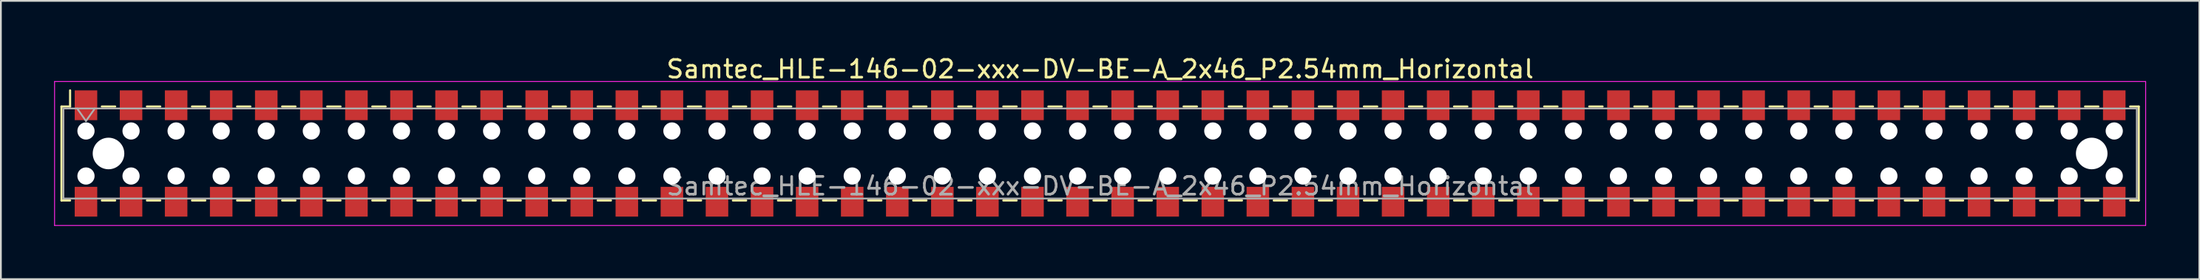
<source format=kicad_pcb>
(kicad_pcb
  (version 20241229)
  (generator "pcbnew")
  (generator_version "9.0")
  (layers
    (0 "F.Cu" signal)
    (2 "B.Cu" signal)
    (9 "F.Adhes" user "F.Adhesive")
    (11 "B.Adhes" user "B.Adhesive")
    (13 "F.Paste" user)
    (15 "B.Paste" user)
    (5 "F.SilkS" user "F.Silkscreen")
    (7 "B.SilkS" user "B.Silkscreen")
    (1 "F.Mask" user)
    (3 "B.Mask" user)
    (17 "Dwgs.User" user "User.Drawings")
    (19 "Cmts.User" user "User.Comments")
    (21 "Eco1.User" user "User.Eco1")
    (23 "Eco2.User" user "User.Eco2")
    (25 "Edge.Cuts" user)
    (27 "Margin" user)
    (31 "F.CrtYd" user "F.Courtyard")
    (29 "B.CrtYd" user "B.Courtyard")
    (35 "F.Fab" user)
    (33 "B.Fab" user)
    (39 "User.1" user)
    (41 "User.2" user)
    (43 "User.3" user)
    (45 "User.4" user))
  (footprint "Samtec_HLE-146-02-xxx-DV-BE-A_2x46_P2.54mm_Horizontal"
    (layer "F.Cu")
    (at 58.945 5.608)
    (property "Reference" "Samtec_HLE-146-02-xxx-DV-BE-A_2x46_P2.54mm_Horizontal" (at 0 -4.76 0) (layer "F.SilkS") (effects (font (size 1 1) (thickness 0.15))))
    (attr smd)
    (fp_line (start -58.53 -2.65) (end -58.53 2.65) (stroke (width 0.12) (type solid)) (layer "F.SilkS"))
    (fp_line (start -58.53 2.65) (end -58.045 2.65) (stroke (width 0.12) (type solid)) (layer "F.SilkS"))
    (fp_line (start -58.045 -3.56) (end -58.045 -2.65) (stroke (width 0.12) (type solid)) (layer "F.SilkS"))
    (fp_line (start -58.045 -2.65) (end -58.53 -2.65) (stroke (width 0.12) (type solid)) (layer "F.SilkS"))
    (fp_line (start -56.255 -2.65) (end -55.505 -2.65) (stroke (width 0.12) (type solid)) (layer "F.SilkS"))
    (fp_line (start -56.255 2.65) (end -55.505 2.65) (stroke (width 0.12) (type solid)) (layer "F.SilkS"))
    (fp_line (start -53.715 -2.65) (end -52.965 -2.65) (stroke (width 0.12) (type solid)) (layer "F.SilkS"))
    (fp_line (start -53.715 2.65) (end -52.965 2.65) (stroke (width 0.12) (type solid)) (layer "F.SilkS"))
    (fp_line (start -51.175 -2.65) (end -50.425 -2.65) (stroke (width 0.12) (type solid)) (layer "F.SilkS"))
    (fp_line (start -51.175 2.65) (end -50.425 2.65) (stroke (width 0.12) (type solid)) (layer "F.SilkS"))
    (fp_line (start -48.635 -2.65) (end -47.885 -2.65) (stroke (width 0.12) (type solid)) (layer "F.SilkS"))
    (fp_line (start -48.635 2.65) (end -47.885 2.65) (stroke (width 0.12) (type solid)) (layer "F.SilkS"))
    (fp_line (start -46.095 -2.65) (end -45.345 -2.65) (stroke (width 0.12) (type solid)) (layer "F.SilkS"))
    (fp_line (start -46.095 2.65) (end -45.345 2.65) (stroke (width 0.12) (type solid)) (layer "F.SilkS"))
    (fp_line (start -43.555 -2.65) (end -42.805 -2.65) (stroke (width 0.12) (type solid)) (layer "F.SilkS"))
    (fp_line (start -43.555 2.65) (end -42.805 2.65) (stroke (width 0.12) (type solid)) (layer "F.SilkS"))
    (fp_line (start -41.015 -2.65) (end -40.265 -2.65) (stroke (width 0.12) (type solid)) (layer "F.SilkS"))
    (fp_line (start -41.015 2.65) (end -40.265 2.65) (stroke (width 0.12) (type solid)) (layer "F.SilkS"))
    (fp_line (start -38.475 -2.65) (end -37.725 -2.65) (stroke (width 0.12) (type solid)) (layer "F.SilkS"))
    (fp_line (start -38.475 2.65) (end -37.725 2.65) (stroke (width 0.12) (type solid)) (layer "F.SilkS"))
    (fp_line (start -35.935 -2.65) (end -35.185 -2.65) (stroke (width 0.12) (type solid)) (layer "F.SilkS"))
    (fp_line (start -35.935 2.65) (end -35.185 2.65) (stroke (width 0.12) (type solid)) (layer "F.SilkS"))
    (fp_line (start -33.395 -2.65) (end -32.645 -2.65) (stroke (width 0.12) (type solid)) (layer "F.SilkS"))
    (fp_line (start -33.395 2.65) (end -32.645 2.65) (stroke (width 0.12) (type solid)) (layer "F.SilkS"))
    (fp_line (start -30.855 -2.65) (end -30.105 -2.65) (stroke (width 0.12) (type solid)) (layer "F.SilkS"))
    (fp_line (start -30.855 2.65) (end -30.105 2.65) (stroke (width 0.12) (type solid)) (layer "F.SilkS"))
    (fp_line (start -28.315 -2.65) (end -27.565 -2.65) (stroke (width 0.12) (type solid)) (layer "F.SilkS"))
    (fp_line (start -28.315 2.65) (end -27.565 2.65) (stroke (width 0.12) (type solid)) (layer "F.SilkS"))
    (fp_line (start -25.775 -2.65) (end -25.025 -2.65) (stroke (width 0.12) (type solid)) (layer "F.SilkS"))
    (fp_line (start -25.775 2.65) (end -25.025 2.65) (stroke (width 0.12) (type solid)) (layer "F.SilkS"))
    (fp_line (start -23.235 -2.65) (end -22.485 -2.65) (stroke (width 0.12) (type solid)) (layer "F.SilkS"))
    (fp_line (start -23.235 2.65) (end -22.485 2.65) (stroke (width 0.12) (type solid)) (layer "F.SilkS"))
    (fp_line (start -20.695 -2.65) (end -19.945 -2.65) (stroke (width 0.12) (type solid)) (layer "F.SilkS"))
    (fp_line (start -20.695 2.65) (end -19.945 2.65) (stroke (width 0.12) (type solid)) (layer "F.SilkS"))
    (fp_line (start -18.155 -2.65) (end -17.405 -2.65) (stroke (width 0.12) (type solid)) (layer "F.SilkS"))
    (fp_line (start -18.155 2.65) (end -17.405 2.65) (stroke (width 0.12) (type solid)) (layer "F.SilkS"))
    (fp_line (start -15.615 -2.65) (end -14.865 -2.65) (stroke (width 0.12) (type solid)) (layer "F.SilkS"))
    (fp_line (start -15.615 2.65) (end -14.865 2.65) (stroke (width 0.12) (type solid)) (layer "F.SilkS"))
    (fp_line (start -13.075 -2.65) (end -12.325 -2.65) (stroke (width 0.12) (type solid)) (layer "F.SilkS"))
    (fp_line (start -13.075 2.65) (end -12.325 2.65) (stroke (width 0.12) (type solid)) (layer "F.SilkS"))
    (fp_line (start -10.535 -2.65) (end -9.785 -2.65) (stroke (width 0.12) (type solid)) (layer "F.SilkS"))
    (fp_line (start -10.535 2.65) (end -9.785 2.65) (stroke (width 0.12) (type solid)) (layer "F.SilkS"))
    (fp_line (start -7.995 -2.65) (end -7.245 -2.65) (stroke (width 0.12) (type solid)) (layer "F.SilkS"))
    (fp_line (start -7.995 2.65) (end -7.245 2.65) (stroke (width 0.12) (type solid)) (layer "F.SilkS"))
    (fp_line (start -5.455 -2.65) (end -4.705 -2.65) (stroke (width 0.12) (type solid)) (layer "F.SilkS"))
    (fp_line (start -5.455 2.65) (end -4.705 2.65) (stroke (width 0.12) (type solid)) (layer "F.SilkS"))
    (fp_line (start -2.915 -2.65) (end -2.165 -2.65) (stroke (width 0.12) (type solid)) (layer "F.SilkS"))
    (fp_line (start -2.915 2.65) (end -2.165 2.65) (stroke (width 0.12) (type solid)) (layer "F.SilkS"))
    (fp_line (start -0.375 -2.65) (end 0.375 -2.65) (stroke (width 0.12) (type solid)) (layer "F.SilkS"))
    (fp_line (start -0.375 2.65) (end 0.375 2.65) (stroke (width 0.12) (type solid)) (layer "F.SilkS"))
    (fp_line (start 2.165 -2.65) (end 2.915 -2.65) (stroke (width 0.12) (type solid)) (layer "F.SilkS"))
    (fp_line (start 2.165 2.65) (end 2.915 2.65) (stroke (width 0.12) (type solid)) (layer "F.SilkS"))
    (fp_line (start 4.705 -2.65) (end 5.455 -2.65) (stroke (width 0.12) (type solid)) (layer "F.SilkS"))
    (fp_line (start 4.705 2.65) (end 5.455 2.65) (stroke (width 0.12) (type solid)) (layer "F.SilkS"))
    (fp_line (start 7.245 -2.65) (end 7.995 -2.65) (stroke (width 0.12) (type solid)) (layer "F.SilkS"))
    (fp_line (start 7.245 2.65) (end 7.995 2.65) (stroke (width 0.12) (type solid)) (layer "F.SilkS"))
    (fp_line (start 9.785 -2.65) (end 10.535 -2.65) (stroke (width 0.12) (type solid)) (layer "F.SilkS"))
    (fp_line (start 9.785 2.65) (end 10.535 2.65) (stroke (width 0.12) (type solid)) (layer "F.SilkS"))
    (fp_line (start 12.325 -2.65) (end 13.075 -2.65) (stroke (width 0.12) (type solid)) (layer "F.SilkS"))
    (fp_line (start 12.325 2.65) (end 13.075 2.65) (stroke (width 0.12) (type solid)) (layer "F.SilkS"))
    (fp_line (start 14.865 -2.65) (end 15.615 -2.65) (stroke (width 0.12) (type solid)) (layer "F.SilkS"))
    (fp_line (start 14.865 2.65) (end 15.615 2.65) (stroke (width 0.12) (type solid)) (layer "F.SilkS"))
    (fp_line (start 17.405 -2.65) (end 18.155 -2.65) (stroke (width 0.12) (type solid)) (layer "F.SilkS"))
    (fp_line (start 17.405 2.65) (end 18.155 2.65) (stroke (width 0.12) (type solid)) (layer "F.SilkS"))
    (fp_line (start 19.945 -2.65) (end 20.695 -2.65) (stroke (width 0.12) (type solid)) (layer "F.SilkS"))
    (fp_line (start 19.945 2.65) (end 20.695 2.65) (stroke (width 0.12) (type solid)) (layer "F.SilkS"))
    (fp_line (start 22.485 -2.65) (end 23.235 -2.65) (stroke (width 0.12) (type solid)) (layer "F.SilkS"))
    (fp_line (start 22.485 2.65) (end 23.235 2.65) (stroke (width 0.12) (type solid)) (layer "F.SilkS"))
    (fp_line (start 25.025 -2.65) (end 25.775 -2.65) (stroke (width 0.12) (type solid)) (layer "F.SilkS"))
    (fp_line (start 25.025 2.65) (end 25.775 2.65) (stroke (width 0.12) (type solid)) (layer "F.SilkS"))
    (fp_line (start 27.565 -2.65) (end 28.315 -2.65) (stroke (width 0.12) (type solid)) (layer "F.SilkS"))
    (fp_line (start 27.565 2.65) (end 28.315 2.65) (stroke (width 0.12) (type solid)) (layer "F.SilkS"))
    (fp_line (start 30.105 -2.65) (end 30.855 -2.65) (stroke (width 0.12) (type solid)) (layer "F.SilkS"))
    (fp_line (start 30.105 2.65) (end 30.855 2.65) (stroke (width 0.12) (type solid)) (layer "F.SilkS"))
    (fp_line (start 32.645 -2.65) (end 33.395 -2.65) (stroke (width 0.12) (type solid)) (layer "F.SilkS"))
    (fp_line (start 32.645 2.65) (end 33.395 2.65) (stroke (width 0.12) (type solid)) (layer "F.SilkS"))
    (fp_line (start 35.185 -2.65) (end 35.935 -2.65) (stroke (width 0.12) (type solid)) (layer "F.SilkS"))
    (fp_line (start 35.185 2.65) (end 35.935 2.65) (stroke (width 0.12) (type solid)) (layer "F.SilkS"))
    (fp_line (start 37.725 -2.65) (end 38.475 -2.65) (stroke (width 0.12) (type solid)) (layer "F.SilkS"))
    (fp_line (start 37.725 2.65) (end 38.475 2.65) (stroke (width 0.12) (type solid)) (layer "F.SilkS"))
    (fp_line (start 40.265 -2.65) (end 41.015 -2.65) (stroke (width 0.12) (type solid)) (layer "F.SilkS"))
    (fp_line (start 40.265 2.65) (end 41.015 2.65) (stroke (width 0.12) (type solid)) (layer "F.SilkS"))
    (fp_line (start 42.805 -2.65) (end 43.555 -2.65) (stroke (width 0.12) (type solid)) (layer "F.SilkS"))
    (fp_line (start 42.805 2.65) (end 43.555 2.65) (stroke (width 0.12) (type solid)) (layer "F.SilkS"))
    (fp_line (start 45.345 -2.65) (end 46.095 -2.65) (stroke (width 0.12) (type solid)) (layer "F.SilkS"))
    (fp_line (start 45.345 2.65) (end 46.095 2.65) (stroke (width 0.12) (type solid)) (layer "F.SilkS"))
    (fp_line (start 47.885 -2.65) (end 48.635 -2.65) (stroke (width 0.12) (type solid)) (layer "F.SilkS"))
    (fp_line (start 47.885 2.65) (end 48.635 2.65) (stroke (width 0.12) (type solid)) (layer "F.SilkS"))
    (fp_line (start 50.425 -2.65) (end 51.175 -2.65) (stroke (width 0.12) (type solid)) (layer "F.SilkS"))
    (fp_line (start 50.425 2.65) (end 51.175 2.65) (stroke (width 0.12) (type solid)) (layer "F.SilkS"))
    (fp_line (start 52.965 -2.65) (end 53.715 -2.65) (stroke (width 0.12) (type solid)) (layer "F.SilkS"))
    (fp_line (start 52.965 2.65) (end 53.715 2.65) (stroke (width 0.12) (type solid)) (layer "F.SilkS"))
    (fp_line (start 55.505 -2.65) (end 56.255 -2.65) (stroke (width 0.12) (type solid)) (layer "F.SilkS"))
    (fp_line (start 55.505 2.65) (end 56.255 2.65) (stroke (width 0.12) (type solid)) (layer "F.SilkS"))
    (fp_line (start 58.045 -2.65) (end 58.53 -2.65) (stroke (width 0.12) (type solid)) (layer "F.SilkS"))
    (fp_line (start 58.53 -2.65) (end 58.53 2.65) (stroke (width 0.12) (type solid)) (layer "F.SilkS"))
    (fp_line (start 58.53 2.65) (end 58.045 2.65) (stroke (width 0.12) (type solid)) (layer "F.SilkS"))
    (fp_line (start -58.92 -4.06) (end 58.92 -4.06) (stroke (width 0.05) (type solid)) (layer "F.CrtYd"))
    (fp_line (start -58.92 4.06) (end -58.92 -4.06) (stroke (width 0.05) (type solid)) (layer "F.CrtYd"))
    (fp_line (start 58.92 -4.06) (end 58.92 4.06) (stroke (width 0.05) (type solid)) (layer "F.CrtYd"))
    (fp_line (start 58.92 4.06) (end -58.92 4.06) (stroke (width 0.05) (type solid)) (layer "F.CrtYd"))
    (fp_line (start -58.42 -2.54) (end 58.42 -2.54) (stroke (width 0.1) (type solid)) (layer "F.Fab"))
    (fp_line (start -58.42 2.54) (end -58.42 -2.54) (stroke (width 0.1) (type solid)) (layer "F.Fab"))
    (fp_line (start -57.65 -2.54) (end -57.15 -1.833) (stroke (width 0.1) (type solid)) (layer "F.Fab"))
    (fp_line (start -57.15 -1.833) (end -56.65 -2.54) (stroke (width 0.1) (type solid)) (layer "F.Fab"))
    (fp_line (start 58.42 -2.54) (end 58.42 2.54) (stroke (width 0.1) (type solid)) (layer "F.Fab"))
    (fp_line (start 58.42 2.54) (end -58.42 2.54) (stroke (width 0.1) (type solid)) (layer "F.Fab"))
    (fp_text user "${REFERENCE}" (at 0 1.84 0) (layer "F.Fab") (effects (font (size 1 1) (thickness 0.15))))
    (pad "" np_thru_hole circle (at -57.15 -1.27) (size 0.97 0.97) (drill 0.97) (layers "*.Cu" "*.Mask"))
    (pad "" np_thru_hole circle (at -57.15 1.27) (size 0.97 0.97) (drill 0.97) (layers "*.Cu" "*.Mask"))
    (pad "" np_thru_hole circle (at -55.88 0) (size 1.78 1.78) (drill 1.78) (layers "*.Cu" "*.Mask"))
    (pad "" np_thru_hole circle (at -54.61 -1.27) (size 0.97 0.97) (drill 0.97) (layers "*.Cu" "*.Mask"))
    (pad "" np_thru_hole circle (at -54.61 1.27) (size 0.97 0.97) (drill 0.97) (layers "*.Cu" "*.Mask"))
    (pad "" np_thru_hole circle (at -52.07 -1.27) (size 0.97 0.97) (drill 0.97) (layers "*.Cu" "*.Mask"))
    (pad "" np_thru_hole circle (at -52.07 1.27) (size 0.97 0.97) (drill 0.97) (layers "*.Cu" "*.Mask"))
    (pad "" np_thru_hole circle (at -49.53 -1.27) (size 0.97 0.97) (drill 0.97) (layers "*.Cu" "*.Mask"))
    (pad "" np_thru_hole circle (at -49.53 1.27) (size 0.97 0.97) (drill 0.97) (layers "*.Cu" "*.Mask"))
    (pad "" np_thru_hole circle (at -46.99 -1.27) (size 0.97 0.97) (drill 0.97) (layers "*.Cu" "*.Mask"))
    (pad "" np_thru_hole circle (at -46.99 1.27) (size 0.97 0.97) (drill 0.97) (layers "*.Cu" "*.Mask"))
    (pad "" np_thru_hole circle (at -44.45 -1.27) (size 0.97 0.97) (drill 0.97) (layers "*.Cu" "*.Mask"))
    (pad "" np_thru_hole circle (at -44.45 1.27) (size 0.97 0.97) (drill 0.97) (layers "*.Cu" "*.Mask"))
    (pad "" np_thru_hole circle (at -41.91 -1.27) (size 0.97 0.97) (drill 0.97) (layers "*.Cu" "*.Mask"))
    (pad "" np_thru_hole circle (at -41.91 1.27) (size 0.97 0.97) (drill 0.97) (layers "*.Cu" "*.Mask"))
    (pad "" np_thru_hole circle (at -39.37 -1.27) (size 0.97 0.97) (drill 0.97) (layers "*.Cu" "*.Mask"))
    (pad "" np_thru_hole circle (at -39.37 1.27) (size 0.97 0.97) (drill 0.97) (layers "*.Cu" "*.Mask"))
    (pad "" np_thru_hole circle (at -36.83 -1.27) (size 0.97 0.97) (drill 0.97) (layers "*.Cu" "*.Mask"))
    (pad "" np_thru_hole circle (at -36.83 1.27) (size 0.97 0.97) (drill 0.97) (layers "*.Cu" "*.Mask"))
    (pad "" np_thru_hole circle (at -34.29 -1.27) (size 0.97 0.97) (drill 0.97) (layers "*.Cu" "*.Mask"))
    (pad "" np_thru_hole circle (at -34.29 1.27) (size 0.97 0.97) (drill 0.97) (layers "*.Cu" "*.Mask"))
    (pad "" np_thru_hole circle (at -31.75 -1.27) (size 0.97 0.97) (drill 0.97) (layers "*.Cu" "*.Mask"))
    (pad "" np_thru_hole circle (at -31.75 1.27) (size 0.97 0.97) (drill 0.97) (layers "*.Cu" "*.Mask"))
    (pad "" np_thru_hole circle (at -29.21 -1.27) (size 0.97 0.97) (drill 0.97) (layers "*.Cu" "*.Mask"))
    (pad "" np_thru_hole circle (at -29.21 1.27) (size 0.97 0.97) (drill 0.97) (layers "*.Cu" "*.Mask"))
    (pad "" np_thru_hole circle (at -26.67 -1.27) (size 0.97 0.97) (drill 0.97) (layers "*.Cu" "*.Mask"))
    (pad "" np_thru_hole circle (at -26.67 1.27) (size 0.97 0.97) (drill 0.97) (layers "*.Cu" "*.Mask"))
    (pad "" np_thru_hole circle (at -24.13 -1.27) (size 0.97 0.97) (drill 0.97) (layers "*.Cu" "*.Mask"))
    (pad "" np_thru_hole circle (at -24.13 1.27) (size 0.97 0.97) (drill 0.97) (layers "*.Cu" "*.Mask"))
    (pad "" np_thru_hole circle (at -21.59 -1.27) (size 0.97 0.97) (drill 0.97) (layers "*.Cu" "*.Mask"))
    (pad "" np_thru_hole circle (at -21.59 1.27) (size 0.97 0.97) (drill 0.97) (layers "*.Cu" "*.Mask"))
    (pad "" np_thru_hole circle (at -19.05 -1.27) (size 0.97 0.97) (drill 0.97) (layers "*.Cu" "*.Mask"))
    (pad "" np_thru_hole circle (at -19.05 1.27) (size 0.97 0.97) (drill 0.97) (layers "*.Cu" "*.Mask"))
    (pad "" np_thru_hole circle (at -16.51 -1.27) (size 0.97 0.97) (drill 0.97) (layers "*.Cu" "*.Mask"))
    (pad "" np_thru_hole circle (at -16.51 1.27) (size 0.97 0.97) (drill 0.97) (layers "*.Cu" "*.Mask"))
    (pad "" np_thru_hole circle (at -13.97 -1.27) (size 0.97 0.97) (drill 0.97) (layers "*.Cu" "*.Mask"))
    (pad "" np_thru_hole circle (at -13.97 1.27) (size 0.97 0.97) (drill 0.97) (layers "*.Cu" "*.Mask"))
    (pad "" np_thru_hole circle (at -11.43 -1.27) (size 0.97 0.97) (drill 0.97) (layers "*.Cu" "*.Mask"))
    (pad "" np_thru_hole circle (at -11.43 1.27) (size 0.97 0.97) (drill 0.97) (layers "*.Cu" "*.Mask"))
    (pad "" np_thru_hole circle (at -8.89 -1.27) (size 0.97 0.97) (drill 0.97) (layers "*.Cu" "*.Mask"))
    (pad "" np_thru_hole circle (at -8.89 1.27) (size 0.97 0.97) (drill 0.97) (layers "*.Cu" "*.Mask"))
    (pad "" np_thru_hole circle (at -6.35 -1.27) (size 0.97 0.97) (drill 0.97) (layers "*.Cu" "*.Mask"))
    (pad "" np_thru_hole circle (at -6.35 1.27) (size 0.97 0.97) (drill 0.97) (layers "*.Cu" "*.Mask"))
    (pad "" np_thru_hole circle (at -3.81 -1.27) (size 0.97 0.97) (drill 0.97) (layers "*.Cu" "*.Mask"))
    (pad "" np_thru_hole circle (at -3.81 1.27) (size 0.97 0.97) (drill 0.97) (layers "*.Cu" "*.Mask"))
    (pad "" np_thru_hole circle (at -1.27 -1.27) (size 0.97 0.97) (drill 0.97) (layers "*.Cu" "*.Mask"))
    (pad "" np_thru_hole circle (at -1.27 1.27) (size 0.97 0.97) (drill 0.97) (layers "*.Cu" "*.Mask"))
    (pad "" np_thru_hole circle (at 1.27 -1.27) (size 0.97 0.97) (drill 0.97) (layers "*.Cu" "*.Mask"))
    (pad "" np_thru_hole circle (at 1.27 1.27) (size 0.97 0.97) (drill 0.97) (layers "*.Cu" "*.Mask"))
    (pad "" np_thru_hole circle (at 3.81 -1.27) (size 0.97 0.97) (drill 0.97) (layers "*.Cu" "*.Mask"))
    (pad "" np_thru_hole circle (at 3.81 1.27) (size 0.97 0.97) (drill 0.97) (layers "*.Cu" "*.Mask"))
    (pad "" np_thru_hole circle (at 6.35 -1.27) (size 0.97 0.97) (drill 0.97) (layers "*.Cu" "*.Mask"))
    (pad "" np_thru_hole circle (at 6.35 1.27) (size 0.97 0.97) (drill 0.97) (layers "*.Cu" "*.Mask"))
    (pad "" np_thru_hole circle (at 8.89 -1.27) (size 0.97 0.97) (drill 0.97) (layers "*.Cu" "*.Mask"))
    (pad "" np_thru_hole circle (at 8.89 1.27) (size 0.97 0.97) (drill 0.97) (layers "*.Cu" "*.Mask"))
    (pad "" np_thru_hole circle (at 11.43 -1.27) (size 0.97 0.97) (drill 0.97) (layers "*.Cu" "*.Mask"))
    (pad "" np_thru_hole circle (at 11.43 1.27) (size 0.97 0.97) (drill 0.97) (layers "*.Cu" "*.Mask"))
    (pad "" np_thru_hole circle (at 13.97 -1.27) (size 0.97 0.97) (drill 0.97) (layers "*.Cu" "*.Mask"))
    (pad "" np_thru_hole circle (at 13.97 1.27) (size 0.97 0.97) (drill 0.97) (layers "*.Cu" "*.Mask"))
    (pad "" np_thru_hole circle (at 16.51 -1.27) (size 0.97 0.97) (drill 0.97) (layers "*.Cu" "*.Mask"))
    (pad "" np_thru_hole circle (at 16.51 1.27) (size 0.97 0.97) (drill 0.97) (layers "*.Cu" "*.Mask"))
    (pad "" np_thru_hole circle (at 19.05 -1.27) (size 0.97 0.97) (drill 0.97) (layers "*.Cu" "*.Mask"))
    (pad "" np_thru_hole circle (at 19.05 1.27) (size 0.97 0.97) (drill 0.97) (layers "*.Cu" "*.Mask"))
    (pad "" np_thru_hole circle (at 21.59 -1.27) (size 0.97 0.97) (drill 0.97) (layers "*.Cu" "*.Mask"))
    (pad "" np_thru_hole circle (at 21.59 1.27) (size 0.97 0.97) (drill 0.97) (layers "*.Cu" "*.Mask"))
    (pad "" np_thru_hole circle (at 24.13 -1.27) (size 0.97 0.97) (drill 0.97) (layers "*.Cu" "*.Mask"))
    (pad "" np_thru_hole circle (at 24.13 1.27) (size 0.97 0.97) (drill 0.97) (layers "*.Cu" "*.Mask"))
    (pad "" np_thru_hole circle (at 26.67 -1.27) (size 0.97 0.97) (drill 0.97) (layers "*.Cu" "*.Mask"))
    (pad "" np_thru_hole circle (at 26.67 1.27) (size 0.97 0.97) (drill 0.97) (layers "*.Cu" "*.Mask"))
    (pad "" np_thru_hole circle (at 29.21 -1.27) (size 0.97 0.97) (drill 0.97) (layers "*.Cu" "*.Mask"))
    (pad "" np_thru_hole circle (at 29.21 1.27) (size 0.97 0.97) (drill 0.97) (layers "*.Cu" "*.Mask"))
    (pad "" np_thru_hole circle (at 31.75 -1.27) (size 0.97 0.97) (drill 0.97) (layers "*.Cu" "*.Mask"))
    (pad "" np_thru_hole circle (at 31.75 1.27) (size 0.97 0.97) (drill 0.97) (layers "*.Cu" "*.Mask"))
    (pad "" np_thru_hole circle (at 34.29 -1.27) (size 0.97 0.97) (drill 0.97) (layers "*.Cu" "*.Mask"))
    (pad "" np_thru_hole circle (at 34.29 1.27) (size 0.97 0.97) (drill 0.97) (layers "*.Cu" "*.Mask"))
    (pad "" np_thru_hole circle (at 36.83 -1.27) (size 0.97 0.97) (drill 0.97) (layers "*.Cu" "*.Mask"))
    (pad "" np_thru_hole circle (at 36.83 1.27) (size 0.97 0.97) (drill 0.97) (layers "*.Cu" "*.Mask"))
    (pad "" np_thru_hole circle (at 39.37 -1.27) (size 0.97 0.97) (drill 0.97) (layers "*.Cu" "*.Mask"))
    (pad "" np_thru_hole circle (at 39.37 1.27) (size 0.97 0.97) (drill 0.97) (layers "*.Cu" "*.Mask"))
    (pad "" np_thru_hole circle (at 41.91 -1.27) (size 0.97 0.97) (drill 0.97) (layers "*.Cu" "*.Mask"))
    (pad "" np_thru_hole circle (at 41.91 1.27) (size 0.97 0.97) (drill 0.97) (layers "*.Cu" "*.Mask"))
    (pad "" np_thru_hole circle (at 44.45 -1.27) (size 0.97 0.97) (drill 0.97) (layers "*.Cu" "*.Mask"))
    (pad "" np_thru_hole circle (at 44.45 1.27) (size 0.97 0.97) (drill 0.97) (layers "*.Cu" "*.Mask"))
    (pad "" np_thru_hole circle (at 46.99 -1.27) (size 0.97 0.97) (drill 0.97) (layers "*.Cu" "*.Mask"))
    (pad "" np_thru_hole circle (at 46.99 1.27) (size 0.97 0.97) (drill 0.97) (layers "*.Cu" "*.Mask"))
    (pad "" np_thru_hole circle (at 49.53 -1.27) (size 0.97 0.97) (drill 0.97) (layers "*.Cu" "*.Mask"))
    (pad "" np_thru_hole circle (at 49.53 1.27) (size 0.97 0.97) (drill 0.97) (layers "*.Cu" "*.Mask"))
    (pad "" np_thru_hole circle (at 52.07 -1.27) (size 0.97 0.97) (drill 0.97) (layers "*.Cu" "*.Mask"))
    (pad "" np_thru_hole circle (at 52.07 1.27) (size 0.97 0.97) (drill 0.97) (layers "*.Cu" "*.Mask"))
    (pad "" np_thru_hole circle (at 54.61 -1.27) (size 0.97 0.97) (drill 0.97) (layers "*.Cu" "*.Mask"))
    (pad "" np_thru_hole circle (at 54.61 1.27) (size 0.97 0.97) (drill 0.97) (layers "*.Cu" "*.Mask"))
    (pad "" np_thru_hole circle (at 55.88 0) (size 1.78 1.78) (drill 1.78) (layers "*.Cu" "*.Mask"))
    (pad "" np_thru_hole circle (at 57.15 -1.27) (size 0.97 0.97) (drill 0.97) (layers "*.Cu" "*.Mask"))
    (pad "" np_thru_hole circle (at 57.15 1.27) (size 0.97 0.97) (drill 0.97) (layers "*.Cu" "*.Mask"))
    (pad "1" smd rect (at -57.15 -2.72) (size 1.27 1.68) (layers "F.Cu" "F.Mask" "F.Paste"))
    (pad "2" smd rect (at -57.15 2.72) (size 1.27 1.68) (layers "F.Cu" "F.Mask" "F.Paste"))
    (pad "3" smd rect (at -54.61 -2.72) (size 1.27 1.68) (layers "F.Cu" "F.Mask" "F.Paste"))
    (pad "4" smd rect (at -54.61 2.72) (size 1.27 1.68) (layers "F.Cu" "F.Mask" "F.Paste"))
    (pad "5" smd rect (at -52.07 -2.72) (size 1.27 1.68) (layers "F.Cu" "F.Mask" "F.Paste"))
    (pad "6" smd rect (at -52.07 2.72) (size 1.27 1.68) (layers "F.Cu" "F.Mask" "F.Paste"))
    (pad "7" smd rect (at -49.53 -2.72) (size 1.27 1.68) (layers "F.Cu" "F.Mask" "F.Paste"))
    (pad "8" smd rect (at -49.53 2.72) (size 1.27 1.68) (layers "F.Cu" "F.Mask" "F.Paste"))
    (pad "9" smd rect (at -46.99 -2.72) (size 1.27 1.68) (layers "F.Cu" "F.Mask" "F.Paste"))
    (pad "10" smd rect (at -46.99 2.72) (size 1.27 1.68) (layers "F.Cu" "F.Mask" "F.Paste"))
    (pad "11" smd rect (at -44.45 -2.72) (size 1.27 1.68) (layers "F.Cu" "F.Mask" "F.Paste"))
    (pad "12" smd rect (at -44.45 2.72) (size 1.27 1.68) (layers "F.Cu" "F.Mask" "F.Paste"))
    (pad "13" smd rect (at -41.91 -2.72) (size 1.27 1.68) (layers "F.Cu" "F.Mask" "F.Paste"))
    (pad "14" smd rect (at -41.91 2.72) (size 1.27 1.68) (layers "F.Cu" "F.Mask" "F.Paste"))
    (pad "15" smd rect (at -39.37 -2.72) (size 1.27 1.68) (layers "F.Cu" "F.Mask" "F.Paste"))
    (pad "16" smd rect (at -39.37 2.72) (size 1.27 1.68) (layers "F.Cu" "F.Mask" "F.Paste"))
    (pad "17" smd rect (at -36.83 -2.72) (size 1.27 1.68) (layers "F.Cu" "F.Mask" "F.Paste"))
    (pad "18" smd rect (at -36.83 2.72) (size 1.27 1.68) (layers "F.Cu" "F.Mask" "F.Paste"))
    (pad "19" smd rect (at -34.29 -2.72) (size 1.27 1.68) (layers "F.Cu" "F.Mask" "F.Paste"))
    (pad "20" smd rect (at -34.29 2.72) (size 1.27 1.68) (layers "F.Cu" "F.Mask" "F.Paste"))
    (pad "21" smd rect (at -31.75 -2.72) (size 1.27 1.68) (layers "F.Cu" "F.Mask" "F.Paste"))
    (pad "22" smd rect (at -31.75 2.72) (size 1.27 1.68) (layers "F.Cu" "F.Mask" "F.Paste"))
    (pad "23" smd rect (at -29.21 -2.72) (size 1.27 1.68) (layers "F.Cu" "F.Mask" "F.Paste"))
    (pad "24" smd rect (at -29.21 2.72) (size 1.27 1.68) (layers "F.Cu" "F.Mask" "F.Paste"))
    (pad "25" smd rect (at -26.67 -2.72) (size 1.27 1.68) (layers "F.Cu" "F.Mask" "F.Paste"))
    (pad "26" smd rect (at -26.67 2.72) (size 1.27 1.68) (layers "F.Cu" "F.Mask" "F.Paste"))
    (pad "27" smd rect (at -24.13 -2.72) (size 1.27 1.68) (layers "F.Cu" "F.Mask" "F.Paste"))
    (pad "28" smd rect (at -24.13 2.72) (size 1.27 1.68) (layers "F.Cu" "F.Mask" "F.Paste"))
    (pad "29" smd rect (at -21.59 -2.72) (size 1.27 1.68) (layers "F.Cu" "F.Mask" "F.Paste"))
    (pad "30" smd rect (at -21.59 2.72) (size 1.27 1.68) (layers "F.Cu" "F.Mask" "F.Paste"))
    (pad "31" smd rect (at -19.05 -2.72) (size 1.27 1.68) (layers "F.Cu" "F.Mask" "F.Paste"))
    (pad "32" smd rect (at -19.05 2.72) (size 1.27 1.68) (layers "F.Cu" "F.Mask" "F.Paste"))
    (pad "33" smd rect (at -16.51 -2.72) (size 1.27 1.68) (layers "F.Cu" "F.Mask" "F.Paste"))
    (pad "34" smd rect (at -16.51 2.72) (size 1.27 1.68) (layers "F.Cu" "F.Mask" "F.Paste"))
    (pad "35" smd rect (at -13.97 -2.72) (size 1.27 1.68) (layers "F.Cu" "F.Mask" "F.Paste"))
    (pad "36" smd rect (at -13.97 2.72) (size 1.27 1.68) (layers "F.Cu" "F.Mask" "F.Paste"))
    (pad "37" smd rect (at -11.43 -2.72) (size 1.27 1.68) (layers "F.Cu" "F.Mask" "F.Paste"))
    (pad "38" smd rect (at -11.43 2.72) (size 1.27 1.68) (layers "F.Cu" "F.Mask" "F.Paste"))
    (pad "39" smd rect (at -8.89 -2.72) (size 1.27 1.68) (layers "F.Cu" "F.Mask" "F.Paste"))
    (pad "40" smd rect (at -8.89 2.72) (size 1.27 1.68) (layers "F.Cu" "F.Mask" "F.Paste"))
    (pad "41" smd rect (at -6.35 -2.72) (size 1.27 1.68) (layers "F.Cu" "F.Mask" "F.Paste"))
    (pad "42" smd rect (at -6.35 2.72) (size 1.27 1.68) (layers "F.Cu" "F.Mask" "F.Paste"))
    (pad "43" smd rect (at -3.81 -2.72) (size 1.27 1.68) (layers "F.Cu" "F.Mask" "F.Paste"))
    (pad "44" smd rect (at -3.81 2.72) (size 1.27 1.68) (layers "F.Cu" "F.Mask" "F.Paste"))
    (pad "45" smd rect (at -1.27 -2.72) (size 1.27 1.68) (layers "F.Cu" "F.Mask" "F.Paste"))
    (pad "46" smd rect (at -1.27 2.72) (size 1.27 1.68) (layers "F.Cu" "F.Mask" "F.Paste"))
    (pad "47" smd rect (at 1.27 -2.72) (size 1.27 1.68) (layers "F.Cu" "F.Mask" "F.Paste"))
    (pad "48" smd rect (at 1.27 2.72) (size 1.27 1.68) (layers "F.Cu" "F.Mask" "F.Paste"))
    (pad "49" smd rect (at 3.81 -2.72) (size 1.27 1.68) (layers "F.Cu" "F.Mask" "F.Paste"))
    (pad "50" smd rect (at 3.81 2.72) (size 1.27 1.68) (layers "F.Cu" "F.Mask" "F.Paste"))
    (pad "51" smd rect (at 6.35 -2.72) (size 1.27 1.68) (layers "F.Cu" "F.Mask" "F.Paste"))
    (pad "52" smd rect (at 6.35 2.72) (size 1.27 1.68) (layers "F.Cu" "F.Mask" "F.Paste"))
    (pad "53" smd rect (at 8.89 -2.72) (size 1.27 1.68) (layers "F.Cu" "F.Mask" "F.Paste"))
    (pad "54" smd rect (at 8.89 2.72) (size 1.27 1.68) (layers "F.Cu" "F.Mask" "F.Paste"))
    (pad "55" smd rect (at 11.43 -2.72) (size 1.27 1.68) (layers "F.Cu" "F.Mask" "F.Paste"))
    (pad "56" smd rect (at 11.43 2.72) (size 1.27 1.68) (layers "F.Cu" "F.Mask" "F.Paste"))
    (pad "57" smd rect (at 13.97 -2.72) (size 1.27 1.68) (layers "F.Cu" "F.Mask" "F.Paste"))
    (pad "58" smd rect (at 13.97 2.72) (size 1.27 1.68) (layers "F.Cu" "F.Mask" "F.Paste"))
    (pad "59" smd rect (at 16.51 -2.72) (size 1.27 1.68) (layers "F.Cu" "F.Mask" "F.Paste"))
    (pad "60" smd rect (at 16.51 2.72) (size 1.27 1.68) (layers "F.Cu" "F.Mask" "F.Paste"))
    (pad "61" smd rect (at 19.05 -2.72) (size 1.27 1.68) (layers "F.Cu" "F.Mask" "F.Paste"))
    (pad "62" smd rect (at 19.05 2.72) (size 1.27 1.68) (layers "F.Cu" "F.Mask" "F.Paste"))
    (pad "63" smd rect (at 21.59 -2.72) (size 1.27 1.68) (layers "F.Cu" "F.Mask" "F.Paste"))
    (pad "64" smd rect (at 21.59 2.72) (size 1.27 1.68) (layers "F.Cu" "F.Mask" "F.Paste"))
    (pad "65" smd rect (at 24.13 -2.72) (size 1.27 1.68) (layers "F.Cu" "F.Mask" "F.Paste"))
    (pad "66" smd rect (at 24.13 2.72) (size 1.27 1.68) (layers "F.Cu" "F.Mask" "F.Paste"))
    (pad "67" smd rect (at 26.67 -2.72) (size 1.27 1.68) (layers "F.Cu" "F.Mask" "F.Paste"))
    (pad "68" smd rect (at 26.67 2.72) (size 1.27 1.68) (layers "F.Cu" "F.Mask" "F.Paste"))
    (pad "69" smd rect (at 29.21 -2.72) (size 1.27 1.68) (layers "F.Cu" "F.Mask" "F.Paste"))
    (pad "70" smd rect (at 29.21 2.72) (size 1.27 1.68) (layers "F.Cu" "F.Mask" "F.Paste"))
    (pad "71" smd rect (at 31.75 -2.72) (size 1.27 1.68) (layers "F.Cu" "F.Mask" "F.Paste"))
    (pad "72" smd rect (at 31.75 2.72) (size 1.27 1.68) (layers "F.Cu" "F.Mask" "F.Paste"))
    (pad "73" smd rect (at 34.29 -2.72) (size 1.27 1.68) (layers "F.Cu" "F.Mask" "F.Paste"))
    (pad "74" smd rect (at 34.29 2.72) (size 1.27 1.68) (layers "F.Cu" "F.Mask" "F.Paste"))
    (pad "75" smd rect (at 36.83 -2.72) (size 1.27 1.68) (layers "F.Cu" "F.Mask" "F.Paste"))
    (pad "76" smd rect (at 36.83 2.72) (size 1.27 1.68) (layers "F.Cu" "F.Mask" "F.Paste"))
    (pad "77" smd rect (at 39.37 -2.72) (size 1.27 1.68) (layers "F.Cu" "F.Mask" "F.Paste"))
    (pad "78" smd rect (at 39.37 2.72) (size 1.27 1.68) (layers "F.Cu" "F.Mask" "F.Paste"))
    (pad "79" smd rect (at 41.91 -2.72) (size 1.27 1.68) (layers "F.Cu" "F.Mask" "F.Paste"))
    (pad "80" smd rect (at 41.91 2.72) (size 1.27 1.68) (layers "F.Cu" "F.Mask" "F.Paste"))
    (pad "81" smd rect (at 44.45 -2.72) (size 1.27 1.68) (layers "F.Cu" "F.Mask" "F.Paste"))
    (pad "82" smd rect (at 44.45 2.72) (size 1.27 1.68) (layers "F.Cu" "F.Mask" "F.Paste"))
    (pad "83" smd rect (at 46.99 -2.72) (size 1.27 1.68) (layers "F.Cu" "F.Mask" "F.Paste"))
    (pad "84" smd rect (at 46.99 2.72) (size 1.27 1.68) (layers "F.Cu" "F.Mask" "F.Paste"))
    (pad "85" smd rect (at 49.53 -2.72) (size 1.27 1.68) (layers "F.Cu" "F.Mask" "F.Paste"))
    (pad "86" smd rect (at 49.53 2.72) (size 1.27 1.68) (layers "F.Cu" "F.Mask" "F.Paste"))
    (pad "87" smd rect (at 52.07 -2.72) (size 1.27 1.68) (layers "F.Cu" "F.Mask" "F.Paste"))
    (pad "88" smd rect (at 52.07 2.72) (size 1.27 1.68) (layers "F.Cu" "F.Mask" "F.Paste"))
    (pad "89" smd rect (at 54.61 -2.72) (size 1.27 1.68) (layers "F.Cu" "F.Mask" "F.Paste"))
    (pad "90" smd rect (at 54.61 2.72) (size 1.27 1.68) (layers "F.Cu" "F.Mask" "F.Paste"))
    (pad "91" smd rect (at 57.15 -2.72) (size 1.27 1.68) (layers "F.Cu" "F.Mask" "F.Paste"))
    (pad "92" smd rect (at 57.15 2.72) (size 1.27 1.68) (layers "F.Cu" "F.Mask" "F.Paste")))
  (gr_rect
    (start -3 -3)
    (end 120.89 12.693)
    (stroke (width 0.1) (type default))
    (fill no)
    (layer "Edge.Cuts")))
</source>
